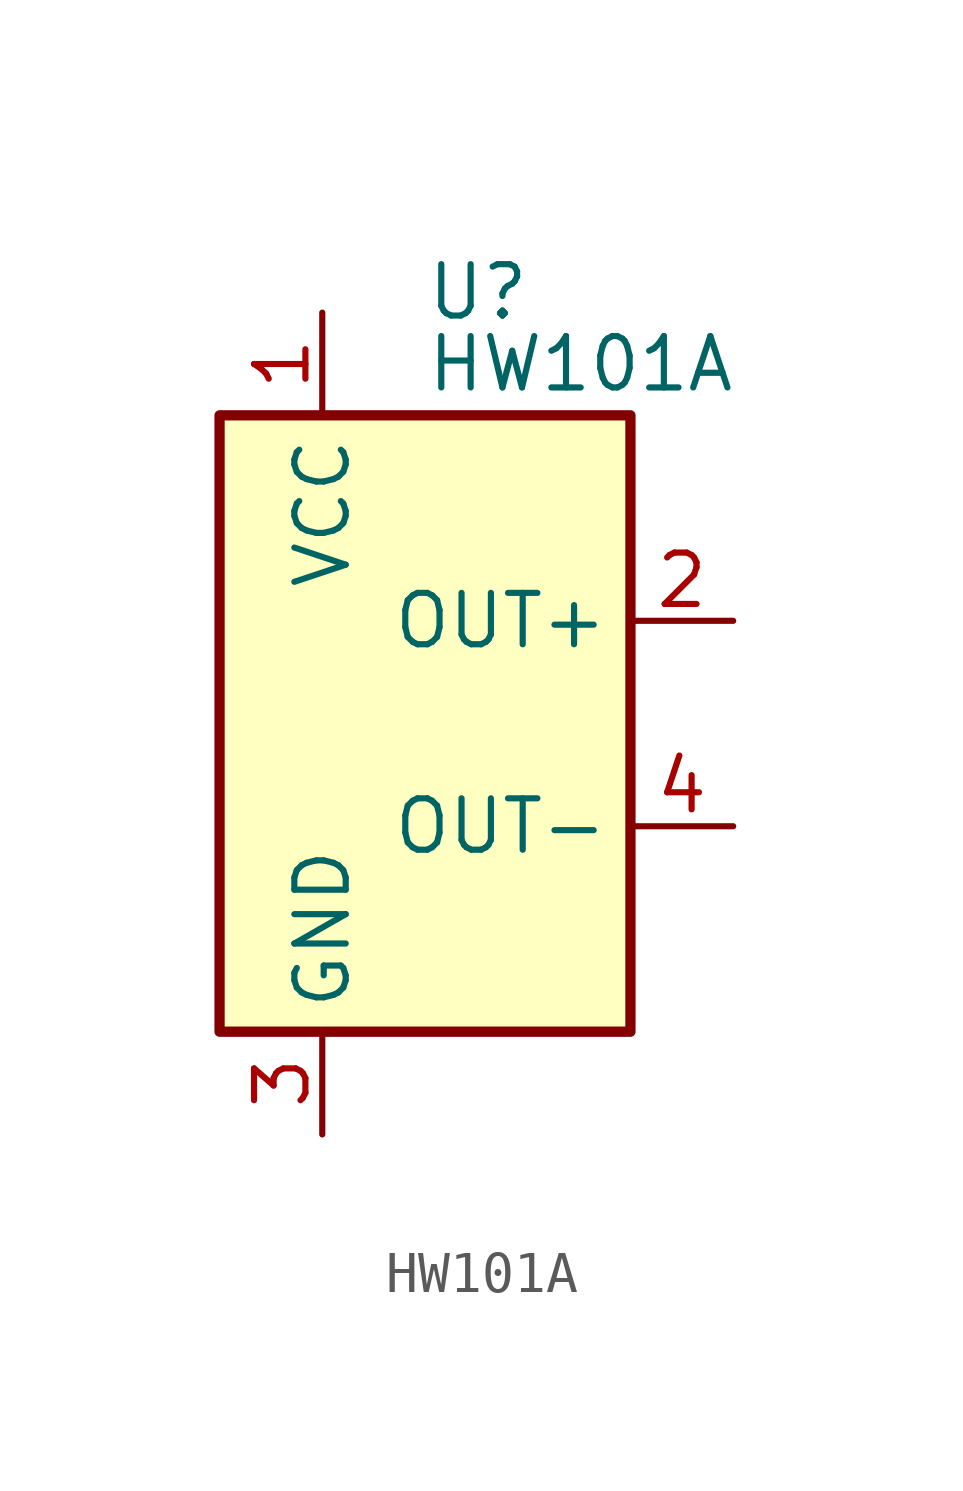
<source format=kicad_sym>
(kicad_symbol_lib
  (version 20220914)
  (generator kicad_symbol_editor)
  (symbol "HW101A"
    (property "Reference" "U"
      (at 0 10.668 0)
      (effects (font (size 1.27 1.27)) (justify left)))
    (property "Value" "HW101A"
      (at 0 8.89 0)
      (effects (font (size 1.27 1.27)) (justify left)))
    (symbol "HW101A_0_1"
      (rectangle (start -5.08 7.62) (end 5.08 -7.62) (stroke (width 0.254) (type default)) (fill (type background))))
    (symbol "HW101A_1_0"
      (pin open_collector line (at 7.62 -2.54 180) (length 2.54) (name "OUT-" (effects (font (size 1.27 1.27)))) (number "4" (effects (font (size 1.27 1.27))))))
    (symbol "HW101A_1_1"
      (pin power_in line (at -2.54 10.16 270) (length 2.54) (name "VCC" (effects (font (size 1.27 1.27)))) (number "1" (effects (font (size 1.27 1.27)))))
      (pin open_collector line (at 7.62 2.54 180) (length 2.54) (name "OUT+" (effects (font (size 1.27 1.27)))) (number "2" (effects (font (size 1.27 1.27)))))
      (pin power_in line (at -2.54 -10.16 90) (length 2.54) (name "GND" (effects (font (size 1.27 1.27)))) (number "3" (effects (font (size 1.27 1.27))))))))
</source>
